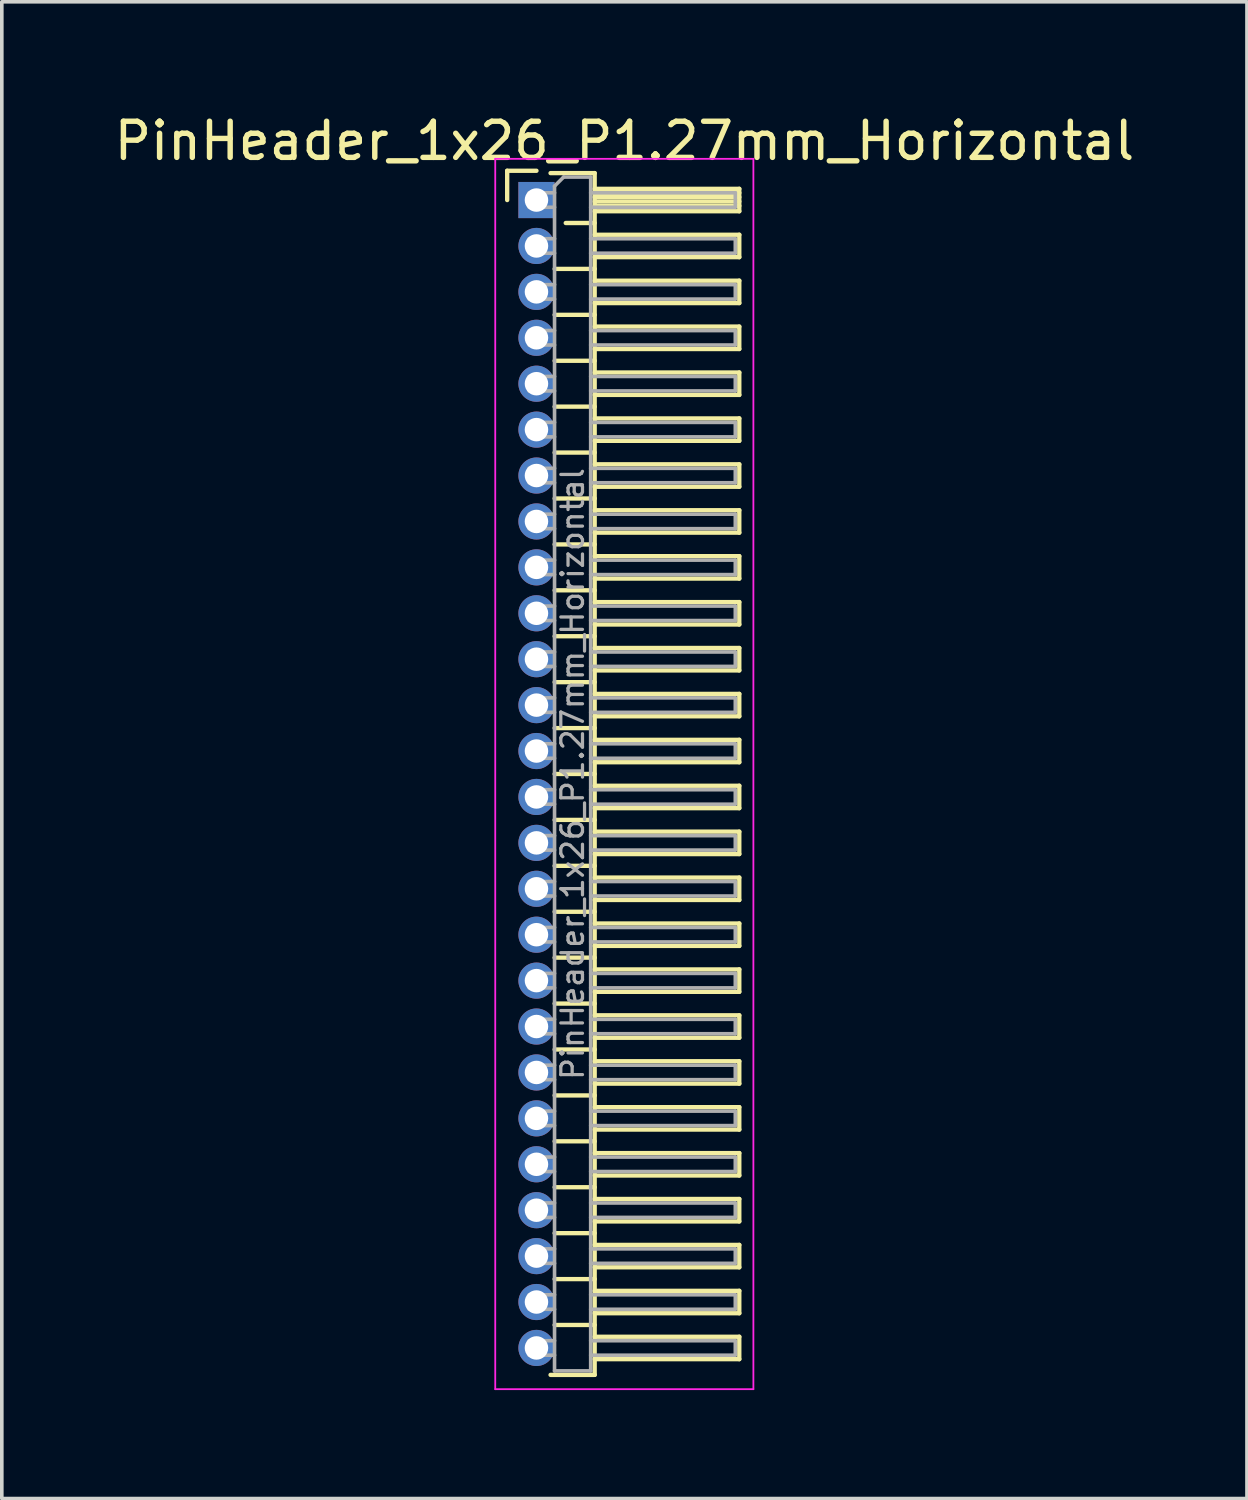
<source format=kicad_pcb>
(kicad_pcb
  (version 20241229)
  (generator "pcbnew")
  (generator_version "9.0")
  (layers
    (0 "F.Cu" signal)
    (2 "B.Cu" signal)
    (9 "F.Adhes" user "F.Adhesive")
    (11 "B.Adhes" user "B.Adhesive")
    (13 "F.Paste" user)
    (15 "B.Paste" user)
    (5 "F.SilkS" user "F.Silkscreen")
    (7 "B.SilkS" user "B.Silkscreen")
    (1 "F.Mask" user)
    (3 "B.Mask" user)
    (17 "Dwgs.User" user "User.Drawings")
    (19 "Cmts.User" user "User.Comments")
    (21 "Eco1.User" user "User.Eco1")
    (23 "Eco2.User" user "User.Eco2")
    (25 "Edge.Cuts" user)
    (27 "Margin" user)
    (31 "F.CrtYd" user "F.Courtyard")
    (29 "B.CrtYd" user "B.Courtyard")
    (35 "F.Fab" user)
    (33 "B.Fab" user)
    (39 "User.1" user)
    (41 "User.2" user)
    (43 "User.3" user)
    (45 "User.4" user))
  (footprint "PinHeader_1x26_P1.27mm_Horizontal"
    (layer "F.Cu")
    (at 11.788 2.483)
    (property "Reference" "PinHeader_1x26_P1.27mm_Horizontal" (at 2.433 -1.635 0) (layer "F.SilkS") (effects (font (size 1 1) (thickness 0.15))))
    (attr through_hole)
    (fp_line (start -0.81 -0.81) (end 0 -0.81) (stroke (width 0.12) (type solid)) (layer "F.SilkS"))
    (fp_line (start -0.81 0) (end -0.81 -0.81) (stroke (width 0.12) (type solid)) (layer "F.SilkS"))
    (fp_line (start 0.39 -0.745) (end 1.61 -0.745) (stroke (width 0.12) (type solid)) (layer "F.SilkS"))
    (fp_line (start 0.503 1.905) (end 1.61 1.905) (stroke (width 0.12) (type solid)) (layer "F.SilkS"))
    (fp_line (start 0.503 3.175) (end 1.61 3.175) (stroke (width 0.12) (type solid)) (layer "F.SilkS"))
    (fp_line (start 0.503 4.445) (end 1.61 4.445) (stroke (width 0.12) (type solid)) (layer "F.SilkS"))
    (fp_line (start 0.503 5.715) (end 1.61 5.715) (stroke (width 0.12) (type solid)) (layer "F.SilkS"))
    (fp_line (start 0.503 6.985) (end 1.61 6.985) (stroke (width 0.12) (type solid)) (layer "F.SilkS"))
    (fp_line (start 0.503 8.255) (end 1.61 8.255) (stroke (width 0.12) (type solid)) (layer "F.SilkS"))
    (fp_line (start 0.503 9.525) (end 1.61 9.525) (stroke (width 0.12) (type solid)) (layer "F.SilkS"))
    (fp_line (start 0.503 10.795) (end 1.61 10.795) (stroke (width 0.12) (type solid)) (layer "F.SilkS"))
    (fp_line (start 0.503 12.065) (end 1.61 12.065) (stroke (width 0.12) (type solid)) (layer "F.SilkS"))
    (fp_line (start 0.503 13.335) (end 1.61 13.335) (stroke (width 0.12) (type solid)) (layer "F.SilkS"))
    (fp_line (start 0.503 14.605) (end 1.61 14.605) (stroke (width 0.12) (type solid)) (layer "F.SilkS"))
    (fp_line (start 0.503 15.875) (end 1.61 15.875) (stroke (width 0.12) (type solid)) (layer "F.SilkS"))
    (fp_line (start 0.503 17.145) (end 1.61 17.145) (stroke (width 0.12) (type solid)) (layer "F.SilkS"))
    (fp_line (start 0.503 18.415) (end 1.61 18.415) (stroke (width 0.12) (type solid)) (layer "F.SilkS"))
    (fp_line (start 0.503 19.685) (end 1.61 19.685) (stroke (width 0.12) (type solid)) (layer "F.SilkS"))
    (fp_line (start 0.503 20.955) (end 1.61 20.955) (stroke (width 0.12) (type solid)) (layer "F.SilkS"))
    (fp_line (start 0.503 22.225) (end 1.61 22.225) (stroke (width 0.12) (type solid)) (layer "F.SilkS"))
    (fp_line (start 0.503 23.495) (end 1.61 23.495) (stroke (width 0.12) (type solid)) (layer "F.SilkS"))
    (fp_line (start 0.503 24.765) (end 1.61 24.765) (stroke (width 0.12) (type solid)) (layer "F.SilkS"))
    (fp_line (start 0.503 26.035) (end 1.61 26.035) (stroke (width 0.12) (type solid)) (layer "F.SilkS"))
    (fp_line (start 0.503 27.305) (end 1.61 27.305) (stroke (width 0.12) (type solid)) (layer "F.SilkS"))
    (fp_line (start 0.503 28.575) (end 1.61 28.575) (stroke (width 0.12) (type solid)) (layer "F.SilkS"))
    (fp_line (start 0.503 29.845) (end 1.61 29.845) (stroke (width 0.12) (type solid)) (layer "F.SilkS"))
    (fp_line (start 0.503 31.115) (end 1.61 31.115) (stroke (width 0.12) (type solid)) (layer "F.SilkS"))
    (fp_line (start 0.81 0.635) (end 1.61 0.635) (stroke (width 0.12) (type solid)) (layer "F.SilkS"))
    (fp_line (start 1.61 -0.745) (end 1.61 32.495) (stroke (width 0.12) (type solid)) (layer "F.SilkS"))
    (fp_line (start 1.61 -0.31) (end 5.61 -0.31) (stroke (width 0.12) (type solid)) (layer "F.SilkS"))
    (fp_line (start 1.61 -0.2) (end 5.61 -0.2) (stroke (width 0.12) (type solid)) (layer "F.SilkS"))
    (fp_line (start 1.61 -0.08) (end 5.61 -0.08) (stroke (width 0.12) (type solid)) (layer "F.SilkS"))
    (fp_line (start 1.61 0.04) (end 5.61 0.04) (stroke (width 0.12) (type solid)) (layer "F.SilkS"))
    (fp_line (start 1.61 0.16) (end 5.61 0.16) (stroke (width 0.12) (type solid)) (layer "F.SilkS"))
    (fp_line (start 1.61 0.96) (end 5.61 0.96) (stroke (width 0.12) (type solid)) (layer "F.SilkS"))
    (fp_line (start 1.61 2.23) (end 5.61 2.23) (stroke (width 0.12) (type solid)) (layer "F.SilkS"))
    (fp_line (start 1.61 3.5) (end 5.61 3.5) (stroke (width 0.12) (type solid)) (layer "F.SilkS"))
    (fp_line (start 1.61 4.77) (end 5.61 4.77) (stroke (width 0.12) (type solid)) (layer "F.SilkS"))
    (fp_line (start 1.61 6.04) (end 5.61 6.04) (stroke (width 0.12) (type solid)) (layer "F.SilkS"))
    (fp_line (start 1.61 7.31) (end 5.61 7.31) (stroke (width 0.12) (type solid)) (layer "F.SilkS"))
    (fp_line (start 1.61 8.58) (end 5.61 8.58) (stroke (width 0.12) (type solid)) (layer "F.SilkS"))
    (fp_line (start 1.61 9.85) (end 5.61 9.85) (stroke (width 0.12) (type solid)) (layer "F.SilkS"))
    (fp_line (start 1.61 11.12) (end 5.61 11.12) (stroke (width 0.12) (type solid)) (layer "F.SilkS"))
    (fp_line (start 1.61 12.39) (end 5.61 12.39) (stroke (width 0.12) (type solid)) (layer "F.SilkS"))
    (fp_line (start 1.61 13.66) (end 5.61 13.66) (stroke (width 0.12) (type solid)) (layer "F.SilkS"))
    (fp_line (start 1.61 14.93) (end 5.61 14.93) (stroke (width 0.12) (type solid)) (layer "F.SilkS"))
    (fp_line (start 1.61 16.2) (end 5.61 16.2) (stroke (width 0.12) (type solid)) (layer "F.SilkS"))
    (fp_line (start 1.61 17.47) (end 5.61 17.47) (stroke (width 0.12) (type solid)) (layer "F.SilkS"))
    (fp_line (start 1.61 18.74) (end 5.61 18.74) (stroke (width 0.12) (type solid)) (layer "F.SilkS"))
    (fp_line (start 1.61 20.01) (end 5.61 20.01) (stroke (width 0.12) (type solid)) (layer "F.SilkS"))
    (fp_line (start 1.61 21.28) (end 5.61 21.28) (stroke (width 0.12) (type solid)) (layer "F.SilkS"))
    (fp_line (start 1.61 22.55) (end 5.61 22.55) (stroke (width 0.12) (type solid)) (layer "F.SilkS"))
    (fp_line (start 1.61 23.82) (end 5.61 23.82) (stroke (width 0.12) (type solid)) (layer "F.SilkS"))
    (fp_line (start 1.61 25.09) (end 5.61 25.09) (stroke (width 0.12) (type solid)) (layer "F.SilkS"))
    (fp_line (start 1.61 26.36) (end 5.61 26.36) (stroke (width 0.12) (type solid)) (layer "F.SilkS"))
    (fp_line (start 1.61 27.63) (end 5.61 27.63) (stroke (width 0.12) (type solid)) (layer "F.SilkS"))
    (fp_line (start 1.61 28.9) (end 5.61 28.9) (stroke (width 0.12) (type solid)) (layer "F.SilkS"))
    (fp_line (start 1.61 30.17) (end 5.61 30.17) (stroke (width 0.12) (type solid)) (layer "F.SilkS"))
    (fp_line (start 1.61 31.44) (end 5.61 31.44) (stroke (width 0.12) (type solid)) (layer "F.SilkS"))
    (fp_line (start 1.61 32.495) (end 0.39 32.495) (stroke (width 0.12) (type solid)) (layer "F.SilkS"))
    (fp_line (start 5.61 -0.31) (end 5.61 0.31) (stroke (width 0.12) (type solid)) (layer "F.SilkS"))
    (fp_line (start 5.61 0.31) (end 1.61 0.31) (stroke (width 0.12) (type solid)) (layer "F.SilkS"))
    (fp_line (start 5.61 0.96) (end 5.61 1.58) (stroke (width 0.12) (type solid)) (layer "F.SilkS"))
    (fp_line (start 5.61 1.58) (end 1.61 1.58) (stroke (width 0.12) (type solid)) (layer "F.SilkS"))
    (fp_line (start 5.61 2.23) (end 5.61 2.85) (stroke (width 0.12) (type solid)) (layer "F.SilkS"))
    (fp_line (start 5.61 2.85) (end 1.61 2.85) (stroke (width 0.12) (type solid)) (layer "F.SilkS"))
    (fp_line (start 5.61 3.5) (end 5.61 4.12) (stroke (width 0.12) (type solid)) (layer "F.SilkS"))
    (fp_line (start 5.61 4.12) (end 1.61 4.12) (stroke (width 0.12) (type solid)) (layer "F.SilkS"))
    (fp_line (start 5.61 4.77) (end 5.61 5.39) (stroke (width 0.12) (type solid)) (layer "F.SilkS"))
    (fp_line (start 5.61 5.39) (end 1.61 5.39) (stroke (width 0.12) (type solid)) (layer "F.SilkS"))
    (fp_line (start 5.61 6.04) (end 5.61 6.66) (stroke (width 0.12) (type solid)) (layer "F.SilkS"))
    (fp_line (start 5.61 6.66) (end 1.61 6.66) (stroke (width 0.12) (type solid)) (layer "F.SilkS"))
    (fp_line (start 5.61 7.31) (end 5.61 7.93) (stroke (width 0.12) (type solid)) (layer "F.SilkS"))
    (fp_line (start 5.61 7.93) (end 1.61 7.93) (stroke (width 0.12) (type solid)) (layer "F.SilkS"))
    (fp_line (start 5.61 8.58) (end 5.61 9.2) (stroke (width 0.12) (type solid)) (layer "F.SilkS"))
    (fp_line (start 5.61 9.2) (end 1.61 9.2) (stroke (width 0.12) (type solid)) (layer "F.SilkS"))
    (fp_line (start 5.61 9.85) (end 5.61 10.47) (stroke (width 0.12) (type solid)) (layer "F.SilkS"))
    (fp_line (start 5.61 10.47) (end 1.61 10.47) (stroke (width 0.12) (type solid)) (layer "F.SilkS"))
    (fp_line (start 5.61 11.12) (end 5.61 11.74) (stroke (width 0.12) (type solid)) (layer "F.SilkS"))
    (fp_line (start 5.61 11.74) (end 1.61 11.74) (stroke (width 0.12) (type solid)) (layer "F.SilkS"))
    (fp_line (start 5.61 12.39) (end 5.61 13.01) (stroke (width 0.12) (type solid)) (layer "F.SilkS"))
    (fp_line (start 5.61 13.01) (end 1.61 13.01) (stroke (width 0.12) (type solid)) (layer "F.SilkS"))
    (fp_line (start 5.61 13.66) (end 5.61 14.28) (stroke (width 0.12) (type solid)) (layer "F.SilkS"))
    (fp_line (start 5.61 14.28) (end 1.61 14.28) (stroke (width 0.12) (type solid)) (layer "F.SilkS"))
    (fp_line (start 5.61 14.93) (end 5.61 15.55) (stroke (width 0.12) (type solid)) (layer "F.SilkS"))
    (fp_line (start 5.61 15.55) (end 1.61 15.55) (stroke (width 0.12) (type solid)) (layer "F.SilkS"))
    (fp_line (start 5.61 16.2) (end 5.61 16.82) (stroke (width 0.12) (type solid)) (layer "F.SilkS"))
    (fp_line (start 5.61 16.82) (end 1.61 16.82) (stroke (width 0.12) (type solid)) (layer "F.SilkS"))
    (fp_line (start 5.61 17.47) (end 5.61 18.09) (stroke (width 0.12) (type solid)) (layer "F.SilkS"))
    (fp_line (start 5.61 18.09) (end 1.61 18.09) (stroke (width 0.12) (type solid)) (layer "F.SilkS"))
    (fp_line (start 5.61 18.74) (end 5.61 19.36) (stroke (width 0.12) (type solid)) (layer "F.SilkS"))
    (fp_line (start 5.61 19.36) (end 1.61 19.36) (stroke (width 0.12) (type solid)) (layer "F.SilkS"))
    (fp_line (start 5.61 20.01) (end 5.61 20.63) (stroke (width 0.12) (type solid)) (layer "F.SilkS"))
    (fp_line (start 5.61 20.63) (end 1.61 20.63) (stroke (width 0.12) (type solid)) (layer "F.SilkS"))
    (fp_line (start 5.61 21.28) (end 5.61 21.9) (stroke (width 0.12) (type solid)) (layer "F.SilkS"))
    (fp_line (start 5.61 21.9) (end 1.61 21.9) (stroke (width 0.12) (type solid)) (layer "F.SilkS"))
    (fp_line (start 5.61 22.55) (end 5.61 23.17) (stroke (width 0.12) (type solid)) (layer "F.SilkS"))
    (fp_line (start 5.61 23.17) (end 1.61 23.17) (stroke (width 0.12) (type solid)) (layer "F.SilkS"))
    (fp_line (start 5.61 23.82) (end 5.61 24.44) (stroke (width 0.12) (type solid)) (layer "F.SilkS"))
    (fp_line (start 5.61 24.44) (end 1.61 24.44) (stroke (width 0.12) (type solid)) (layer "F.SilkS"))
    (fp_line (start 5.61 25.09) (end 5.61 25.71) (stroke (width 0.12) (type solid)) (layer "F.SilkS"))
    (fp_line (start 5.61 25.71) (end 1.61 25.71) (stroke (width 0.12) (type solid)) (layer "F.SilkS"))
    (fp_line (start 5.61 26.36) (end 5.61 26.98) (stroke (width 0.12) (type solid)) (layer "F.SilkS"))
    (fp_line (start 5.61 26.98) (end 1.61 26.98) (stroke (width 0.12) (type solid)) (layer "F.SilkS"))
    (fp_line (start 5.61 27.63) (end 5.61 28.25) (stroke (width 0.12) (type solid)) (layer "F.SilkS"))
    (fp_line (start 5.61 28.25) (end 1.61 28.25) (stroke (width 0.12) (type solid)) (layer "F.SilkS"))
    (fp_line (start 5.61 28.9) (end 5.61 29.52) (stroke (width 0.12) (type solid)) (layer "F.SilkS"))
    (fp_line (start 5.61 29.52) (end 1.61 29.52) (stroke (width 0.12) (type solid)) (layer "F.SilkS"))
    (fp_line (start 5.61 30.17) (end 5.61 30.79) (stroke (width 0.12) (type solid)) (layer "F.SilkS"))
    (fp_line (start 5.61 30.79) (end 1.61 30.79) (stroke (width 0.12) (type solid)) (layer "F.SilkS"))
    (fp_line (start 5.61 31.44) (end 5.61 32.06) (stroke (width 0.12) (type solid)) (layer "F.SilkS"))
    (fp_line (start 5.61 32.06) (end 1.61 32.06) (stroke (width 0.12) (type solid)) (layer "F.SilkS"))
    (fp_line (start -1.14 -1.14) (end -1.14 32.89) (stroke (width 0.05) (type solid)) (layer "F.CrtYd"))
    (fp_line (start -1.14 32.89) (end 6 32.89) (stroke (width 0.05) (type solid)) (layer "F.CrtYd"))
    (fp_line (start 6 -1.14) (end -1.14 -1.14) (stroke (width 0.05) (type solid)) (layer "F.CrtYd"))
    (fp_line (start 6 32.89) (end 6 -1.14) (stroke (width 0.05) (type solid)) (layer "F.CrtYd"))
    (fp_line (start -0.2 -0.2) (end -0.2 0.2) (stroke (width 0.1) (type solid)) (layer "F.Fab"))
    (fp_line (start -0.2 -0.2) (end 0.5 -0.2) (stroke (width 0.1) (type solid)) (layer "F.Fab"))
    (fp_line (start -0.2 0.2) (end 0.5 0.2) (stroke (width 0.1) (type solid)) (layer "F.Fab"))
    (fp_line (start -0.2 1.07) (end -0.2 1.47) (stroke (width 0.1) (type solid)) (layer "F.Fab"))
    (fp_line (start -0.2 1.07) (end 0.5 1.07) (stroke (width 0.1) (type solid)) (layer "F.Fab"))
    (fp_line (start -0.2 1.47) (end 0.5 1.47) (stroke (width 0.1) (type solid)) (layer "F.Fab"))
    (fp_line (start -0.2 2.34) (end -0.2 2.74) (stroke (width 0.1) (type solid)) (layer "F.Fab"))
    (fp_line (start -0.2 2.34) (end 0.5 2.34) (stroke (width 0.1) (type solid)) (layer "F.Fab"))
    (fp_line (start -0.2 2.74) (end 0.5 2.74) (stroke (width 0.1) (type solid)) (layer "F.Fab"))
    (fp_line (start -0.2 3.61) (end -0.2 4.01) (stroke (width 0.1) (type solid)) (layer "F.Fab"))
    (fp_line (start -0.2 3.61) (end 0.5 3.61) (stroke (width 0.1) (type solid)) (layer "F.Fab"))
    (fp_line (start -0.2 4.01) (end 0.5 4.01) (stroke (width 0.1) (type solid)) (layer "F.Fab"))
    (fp_line (start -0.2 4.88) (end -0.2 5.28) (stroke (width 0.1) (type solid)) (layer "F.Fab"))
    (fp_line (start -0.2 4.88) (end 0.5 4.88) (stroke (width 0.1) (type solid)) (layer "F.Fab"))
    (fp_line (start -0.2 5.28) (end 0.5 5.28) (stroke (width 0.1) (type solid)) (layer "F.Fab"))
    (fp_line (start -0.2 6.15) (end -0.2 6.55) (stroke (width 0.1) (type solid)) (layer "F.Fab"))
    (fp_line (start -0.2 6.15) (end 0.5 6.15) (stroke (width 0.1) (type solid)) (layer "F.Fab"))
    (fp_line (start -0.2 6.55) (end 0.5 6.55) (stroke (width 0.1) (type solid)) (layer "F.Fab"))
    (fp_line (start -0.2 7.42) (end -0.2 7.82) (stroke (width 0.1) (type solid)) (layer "F.Fab"))
    (fp_line (start -0.2 7.42) (end 0.5 7.42) (stroke (width 0.1) (type solid)) (layer "F.Fab"))
    (fp_line (start -0.2 7.82) (end 0.5 7.82) (stroke (width 0.1) (type solid)) (layer "F.Fab"))
    (fp_line (start -0.2 8.69) (end -0.2 9.09) (stroke (width 0.1) (type solid)) (layer "F.Fab"))
    (fp_line (start -0.2 8.69) (end 0.5 8.69) (stroke (width 0.1) (type solid)) (layer "F.Fab"))
    (fp_line (start -0.2 9.09) (end 0.5 9.09) (stroke (width 0.1) (type solid)) (layer "F.Fab"))
    (fp_line (start -0.2 9.96) (end -0.2 10.36) (stroke (width 0.1) (type solid)) (layer "F.Fab"))
    (fp_line (start -0.2 9.96) (end 0.5 9.96) (stroke (width 0.1) (type solid)) (layer "F.Fab"))
    (fp_line (start -0.2 10.36) (end 0.5 10.36) (stroke (width 0.1) (type solid)) (layer "F.Fab"))
    (fp_line (start -0.2 11.23) (end -0.2 11.63) (stroke (width 0.1) (type solid)) (layer "F.Fab"))
    (fp_line (start -0.2 11.23) (end 0.5 11.23) (stroke (width 0.1) (type solid)) (layer "F.Fab"))
    (fp_line (start -0.2 11.63) (end 0.5 11.63) (stroke (width 0.1) (type solid)) (layer "F.Fab"))
    (fp_line (start -0.2 12.5) (end -0.2 12.9) (stroke (width 0.1) (type solid)) (layer "F.Fab"))
    (fp_line (start -0.2 12.5) (end 0.5 12.5) (stroke (width 0.1) (type solid)) (layer "F.Fab"))
    (fp_line (start -0.2 12.9) (end 0.5 12.9) (stroke (width 0.1) (type solid)) (layer "F.Fab"))
    (fp_line (start -0.2 13.77) (end -0.2 14.17) (stroke (width 0.1) (type solid)) (layer "F.Fab"))
    (fp_line (start -0.2 13.77) (end 0.5 13.77) (stroke (width 0.1) (type solid)) (layer "F.Fab"))
    (fp_line (start -0.2 14.17) (end 0.5 14.17) (stroke (width 0.1) (type solid)) (layer "F.Fab"))
    (fp_line (start -0.2 15.04) (end -0.2 15.44) (stroke (width 0.1) (type solid)) (layer "F.Fab"))
    (fp_line (start -0.2 15.04) (end 0.5 15.04) (stroke (width 0.1) (type solid)) (layer "F.Fab"))
    (fp_line (start -0.2 15.44) (end 0.5 15.44) (stroke (width 0.1) (type solid)) (layer "F.Fab"))
    (fp_line (start -0.2 16.31) (end -0.2 16.71) (stroke (width 0.1) (type solid)) (layer "F.Fab"))
    (fp_line (start -0.2 16.31) (end 0.5 16.31) (stroke (width 0.1) (type solid)) (layer "F.Fab"))
    (fp_line (start -0.2 16.71) (end 0.5 16.71) (stroke (width 0.1) (type solid)) (layer "F.Fab"))
    (fp_line (start -0.2 17.58) (end -0.2 17.98) (stroke (width 0.1) (type solid)) (layer "F.Fab"))
    (fp_line (start -0.2 17.58) (end 0.5 17.58) (stroke (width 0.1) (type solid)) (layer "F.Fab"))
    (fp_line (start -0.2 17.98) (end 0.5 17.98) (stroke (width 0.1) (type solid)) (layer "F.Fab"))
    (fp_line (start -0.2 18.85) (end -0.2 19.25) (stroke (width 0.1) (type solid)) (layer "F.Fab"))
    (fp_line (start -0.2 18.85) (end 0.5 18.85) (stroke (width 0.1) (type solid)) (layer "F.Fab"))
    (fp_line (start -0.2 19.25) (end 0.5 19.25) (stroke (width 0.1) (type solid)) (layer "F.Fab"))
    (fp_line (start -0.2 20.12) (end -0.2 20.52) (stroke (width 0.1) (type solid)) (layer "F.Fab"))
    (fp_line (start -0.2 20.12) (end 0.5 20.12) (stroke (width 0.1) (type solid)) (layer "F.Fab"))
    (fp_line (start -0.2 20.52) (end 0.5 20.52) (stroke (width 0.1) (type solid)) (layer "F.Fab"))
    (fp_line (start -0.2 21.39) (end -0.2 21.79) (stroke (width 0.1) (type solid)) (layer "F.Fab"))
    (fp_line (start -0.2 21.39) (end 0.5 21.39) (stroke (width 0.1) (type solid)) (layer "F.Fab"))
    (fp_line (start -0.2 21.79) (end 0.5 21.79) (stroke (width 0.1) (type solid)) (layer "F.Fab"))
    (fp_line (start -0.2 22.66) (end -0.2 23.06) (stroke (width 0.1) (type solid)) (layer "F.Fab"))
    (fp_line (start -0.2 22.66) (end 0.5 22.66) (stroke (width 0.1) (type solid)) (layer "F.Fab"))
    (fp_line (start -0.2 23.06) (end 0.5 23.06) (stroke (width 0.1) (type solid)) (layer "F.Fab"))
    (fp_line (start -0.2 23.93) (end -0.2 24.33) (stroke (width 0.1) (type solid)) (layer "F.Fab"))
    (fp_line (start -0.2 23.93) (end 0.5 23.93) (stroke (width 0.1) (type solid)) (layer "F.Fab"))
    (fp_line (start -0.2 24.33) (end 0.5 24.33) (stroke (width 0.1) (type solid)) (layer "F.Fab"))
    (fp_line (start -0.2 25.2) (end -0.2 25.6) (stroke (width 0.1) (type solid)) (layer "F.Fab"))
    (fp_line (start -0.2 25.2) (end 0.5 25.2) (stroke (width 0.1) (type solid)) (layer "F.Fab"))
    (fp_line (start -0.2 25.6) (end 0.5 25.6) (stroke (width 0.1) (type solid)) (layer "F.Fab"))
    (fp_line (start -0.2 26.47) (end -0.2 26.87) (stroke (width 0.1) (type solid)) (layer "F.Fab"))
    (fp_line (start -0.2 26.47) (end 0.5 26.47) (stroke (width 0.1) (type solid)) (layer "F.Fab"))
    (fp_line (start -0.2 26.87) (end 0.5 26.87) (stroke (width 0.1) (type solid)) (layer "F.Fab"))
    (fp_line (start -0.2 27.74) (end -0.2 28.14) (stroke (width 0.1) (type solid)) (layer "F.Fab"))
    (fp_line (start -0.2 27.74) (end 0.5 27.74) (stroke (width 0.1) (type solid)) (layer "F.Fab"))
    (fp_line (start -0.2 28.14) (end 0.5 28.14) (stroke (width 0.1) (type solid)) (layer "F.Fab"))
    (fp_line (start -0.2 29.01) (end -0.2 29.41) (stroke (width 0.1) (type solid)) (layer "F.Fab"))
    (fp_line (start -0.2 29.01) (end 0.5 29.01) (stroke (width 0.1) (type solid)) (layer "F.Fab"))
    (fp_line (start -0.2 29.41) (end 0.5 29.41) (stroke (width 0.1) (type solid)) (layer "F.Fab"))
    (fp_line (start -0.2 30.28) (end -0.2 30.68) (stroke (width 0.1) (type solid)) (layer "F.Fab"))
    (fp_line (start -0.2 30.28) (end 0.5 30.28) (stroke (width 0.1) (type solid)) (layer "F.Fab"))
    (fp_line (start -0.2 30.68) (end 0.5 30.68) (stroke (width 0.1) (type solid)) (layer "F.Fab"))
    (fp_line (start -0.2 31.55) (end -0.2 31.95) (stroke (width 0.1) (type solid)) (layer "F.Fab"))
    (fp_line (start -0.2 31.55) (end 0.5 31.55) (stroke (width 0.1) (type solid)) (layer "F.Fab"))
    (fp_line (start -0.2 31.95) (end 0.5 31.95) (stroke (width 0.1) (type solid)) (layer "F.Fab"))
    (fp_line (start 0.5 -0.385) (end 0.75 -0.635) (stroke (width 0.1) (type solid)) (layer "F.Fab"))
    (fp_line (start 0.5 32.385) (end 0.5 -0.385) (stroke (width 0.1) (type solid)) (layer "F.Fab"))
    (fp_line (start 0.75 -0.635) (end 1.5 -0.635) (stroke (width 0.1) (type solid)) (layer "F.Fab"))
    (fp_line (start 1.5 -0.635) (end 1.5 32.385) (stroke (width 0.1) (type solid)) (layer "F.Fab"))
    (fp_line (start 1.5 -0.2) (end 5.5 -0.2) (stroke (width 0.1) (type solid)) (layer "F.Fab"))
    (fp_line (start 1.5 0.2) (end 5.5 0.2) (stroke (width 0.1) (type solid)) (layer "F.Fab"))
    (fp_line (start 1.5 1.07) (end 5.5 1.07) (stroke (width 0.1) (type solid)) (layer "F.Fab"))
    (fp_line (start 1.5 1.47) (end 5.5 1.47) (stroke (width 0.1) (type solid)) (layer "F.Fab"))
    (fp_line (start 1.5 2.34) (end 5.5 2.34) (stroke (width 0.1) (type solid)) (layer "F.Fab"))
    (fp_line (start 1.5 2.74) (end 5.5 2.74) (stroke (width 0.1) (type solid)) (layer "F.Fab"))
    (fp_line (start 1.5 3.61) (end 5.5 3.61) (stroke (width 0.1) (type solid)) (layer "F.Fab"))
    (fp_line (start 1.5 4.01) (end 5.5 4.01) (stroke (width 0.1) (type solid)) (layer "F.Fab"))
    (fp_line (start 1.5 4.88) (end 5.5 4.88) (stroke (width 0.1) (type solid)) (layer "F.Fab"))
    (fp_line (start 1.5 5.28) (end 5.5 5.28) (stroke (width 0.1) (type solid)) (layer "F.Fab"))
    (fp_line (start 1.5 6.15) (end 5.5 6.15) (stroke (width 0.1) (type solid)) (layer "F.Fab"))
    (fp_line (start 1.5 6.55) (end 5.5 6.55) (stroke (width 0.1) (type solid)) (layer "F.Fab"))
    (fp_line (start 1.5 7.42) (end 5.5 7.42) (stroke (width 0.1) (type solid)) (layer "F.Fab"))
    (fp_line (start 1.5 7.82) (end 5.5 7.82) (stroke (width 0.1) (type solid)) (layer "F.Fab"))
    (fp_line (start 1.5 8.69) (end 5.5 8.69) (stroke (width 0.1) (type solid)) (layer "F.Fab"))
    (fp_line (start 1.5 9.09) (end 5.5 9.09) (stroke (width 0.1) (type solid)) (layer "F.Fab"))
    (fp_line (start 1.5 9.96) (end 5.5 9.96) (stroke (width 0.1) (type solid)) (layer "F.Fab"))
    (fp_line (start 1.5 10.36) (end 5.5 10.36) (stroke (width 0.1) (type solid)) (layer "F.Fab"))
    (fp_line (start 1.5 11.23) (end 5.5 11.23) (stroke (width 0.1) (type solid)) (layer "F.Fab"))
    (fp_line (start 1.5 11.63) (end 5.5 11.63) (stroke (width 0.1) (type solid)) (layer "F.Fab"))
    (fp_line (start 1.5 12.5) (end 5.5 12.5) (stroke (width 0.1) (type solid)) (layer "F.Fab"))
    (fp_line (start 1.5 12.9) (end 5.5 12.9) (stroke (width 0.1) (type solid)) (layer "F.Fab"))
    (fp_line (start 1.5 13.77) (end 5.5 13.77) (stroke (width 0.1) (type solid)) (layer "F.Fab"))
    (fp_line (start 1.5 14.17) (end 5.5 14.17) (stroke (width 0.1) (type solid)) (layer "F.Fab"))
    (fp_line (start 1.5 15.04) (end 5.5 15.04) (stroke (width 0.1) (type solid)) (layer "F.Fab"))
    (fp_line (start 1.5 15.44) (end 5.5 15.44) (stroke (width 0.1) (type solid)) (layer "F.Fab"))
    (fp_line (start 1.5 16.31) (end 5.5 16.31) (stroke (width 0.1) (type solid)) (layer "F.Fab"))
    (fp_line (start 1.5 16.71) (end 5.5 16.71) (stroke (width 0.1) (type solid)) (layer "F.Fab"))
    (fp_line (start 1.5 17.58) (end 5.5 17.58) (stroke (width 0.1) (type solid)) (layer "F.Fab"))
    (fp_line (start 1.5 17.98) (end 5.5 17.98) (stroke (width 0.1) (type solid)) (layer "F.Fab"))
    (fp_line (start 1.5 18.85) (end 5.5 18.85) (stroke (width 0.1) (type solid)) (layer "F.Fab"))
    (fp_line (start 1.5 19.25) (end 5.5 19.25) (stroke (width 0.1) (type solid)) (layer "F.Fab"))
    (fp_line (start 1.5 20.12) (end 5.5 20.12) (stroke (width 0.1) (type solid)) (layer "F.Fab"))
    (fp_line (start 1.5 20.52) (end 5.5 20.52) (stroke (width 0.1) (type solid)) (layer "F.Fab"))
    (fp_line (start 1.5 21.39) (end 5.5 21.39) (stroke (width 0.1) (type solid)) (layer "F.Fab"))
    (fp_line (start 1.5 21.79) (end 5.5 21.79) (stroke (width 0.1) (type solid)) (layer "F.Fab"))
    (fp_line (start 1.5 22.66) (end 5.5 22.66) (stroke (width 0.1) (type solid)) (layer "F.Fab"))
    (fp_line (start 1.5 23.06) (end 5.5 23.06) (stroke (width 0.1) (type solid)) (layer "F.Fab"))
    (fp_line (start 1.5 23.93) (end 5.5 23.93) (stroke (width 0.1) (type solid)) (layer "F.Fab"))
    (fp_line (start 1.5 24.33) (end 5.5 24.33) (stroke (width 0.1) (type solid)) (layer "F.Fab"))
    (fp_line (start 1.5 25.2) (end 5.5 25.2) (stroke (width 0.1) (type solid)) (layer "F.Fab"))
    (fp_line (start 1.5 25.6) (end 5.5 25.6) (stroke (width 0.1) (type solid)) (layer "F.Fab"))
    (fp_line (start 1.5 26.47) (end 5.5 26.47) (stroke (width 0.1) (type solid)) (layer "F.Fab"))
    (fp_line (start 1.5 26.87) (end 5.5 26.87) (stroke (width 0.1) (type solid)) (layer "F.Fab"))
    (fp_line (start 1.5 27.74) (end 5.5 27.74) (stroke (width 0.1) (type solid)) (layer "F.Fab"))
    (fp_line (start 1.5 28.14) (end 5.5 28.14) (stroke (width 0.1) (type solid)) (layer "F.Fab"))
    (fp_line (start 1.5 29.01) (end 5.5 29.01) (stroke (width 0.1) (type solid)) (layer "F.Fab"))
    (fp_line (start 1.5 29.41) (end 5.5 29.41) (stroke (width 0.1) (type solid)) (layer "F.Fab"))
    (fp_line (start 1.5 30.28) (end 5.5 30.28) (stroke (width 0.1) (type solid)) (layer "F.Fab"))
    (fp_line (start 1.5 30.68) (end 5.5 30.68) (stroke (width 0.1) (type solid)) (layer "F.Fab"))
    (fp_line (start 1.5 31.55) (end 5.5 31.55) (stroke (width 0.1) (type solid)) (layer "F.Fab"))
    (fp_line (start 1.5 31.95) (end 5.5 31.95) (stroke (width 0.1) (type solid)) (layer "F.Fab"))
    (fp_line (start 1.5 32.385) (end 0.5 32.385) (stroke (width 0.1) (type solid)) (layer "F.Fab"))
    (fp_line (start 5.5 -0.2) (end 5.5 0.2) (stroke (width 0.1) (type solid)) (layer "F.Fab"))
    (fp_line (start 5.5 1.07) (end 5.5 1.47) (stroke (width 0.1) (type solid)) (layer "F.Fab"))
    (fp_line (start 5.5 2.34) (end 5.5 2.74) (stroke (width 0.1) (type solid)) (layer "F.Fab"))
    (fp_line (start 5.5 3.61) (end 5.5 4.01) (stroke (width 0.1) (type solid)) (layer "F.Fab"))
    (fp_line (start 5.5 4.88) (end 5.5 5.28) (stroke (width 0.1) (type solid)) (layer "F.Fab"))
    (fp_line (start 5.5 6.15) (end 5.5 6.55) (stroke (width 0.1) (type solid)) (layer "F.Fab"))
    (fp_line (start 5.5 7.42) (end 5.5 7.82) (stroke (width 0.1) (type solid)) (layer "F.Fab"))
    (fp_line (start 5.5 8.69) (end 5.5 9.09) (stroke (width 0.1) (type solid)) (layer "F.Fab"))
    (fp_line (start 5.5 9.96) (end 5.5 10.36) (stroke (width 0.1) (type solid)) (layer "F.Fab"))
    (fp_line (start 5.5 11.23) (end 5.5 11.63) (stroke (width 0.1) (type solid)) (layer "F.Fab"))
    (fp_line (start 5.5 12.5) (end 5.5 12.9) (stroke (width 0.1) (type solid)) (layer "F.Fab"))
    (fp_line (start 5.5 13.77) (end 5.5 14.17) (stroke (width 0.1) (type solid)) (layer "F.Fab"))
    (fp_line (start 5.5 15.04) (end 5.5 15.44) (stroke (width 0.1) (type solid)) (layer "F.Fab"))
    (fp_line (start 5.5 16.31) (end 5.5 16.71) (stroke (width 0.1) (type solid)) (layer "F.Fab"))
    (fp_line (start 5.5 17.58) (end 5.5 17.98) (stroke (width 0.1) (type solid)) (layer "F.Fab"))
    (fp_line (start 5.5 18.85) (end 5.5 19.25) (stroke (width 0.1) (type solid)) (layer "F.Fab"))
    (fp_line (start 5.5 20.12) (end 5.5 20.52) (stroke (width 0.1) (type solid)) (layer "F.Fab"))
    (fp_line (start 5.5 21.39) (end 5.5 21.79) (stroke (width 0.1) (type solid)) (layer "F.Fab"))
    (fp_line (start 5.5 22.66) (end 5.5 23.06) (stroke (width 0.1) (type solid)) (layer "F.Fab"))
    (fp_line (start 5.5 23.93) (end 5.5 24.33) (stroke (width 0.1) (type solid)) (layer "F.Fab"))
    (fp_line (start 5.5 25.2) (end 5.5 25.6) (stroke (width 0.1) (type solid)) (layer "F.Fab"))
    (fp_line (start 5.5 26.47) (end 5.5 26.87) (stroke (width 0.1) (type solid)) (layer "F.Fab"))
    (fp_line (start 5.5 27.74) (end 5.5 28.14) (stroke (width 0.1) (type solid)) (layer "F.Fab"))
    (fp_line (start 5.5 29.01) (end 5.5 29.41) (stroke (width 0.1) (type solid)) (layer "F.Fab"))
    (fp_line (start 5.5 30.28) (end 5.5 30.68) (stroke (width 0.1) (type solid)) (layer "F.Fab"))
    (fp_line (start 5.5 31.55) (end 5.5 31.95) (stroke (width 0.1) (type solid)) (layer "F.Fab"))
    (fp_text user "${REFERENCE}" (at 1 15.875 90) (layer "F.Fab") (effects (font (size 0.6 0.6) (thickness 0.09))))
    (pad "1" thru_hole rect (at 0 0) (size 1 1) (drill 0.65) (layers "*.Cu" "*.Mask"))
    (pad "2" thru_hole circle (at 0 1.27) (size 1 1) (drill 0.65) (layers "*.Cu" "*.Mask"))
    (pad "3" thru_hole circle (at 0 2.54) (size 1 1) (drill 0.65) (layers "*.Cu" "*.Mask"))
    (pad "4" thru_hole circle (at 0 3.81) (size 1 1) (drill 0.65) (layers "*.Cu" "*.Mask"))
    (pad "5" thru_hole circle (at 0 5.08) (size 1 1) (drill 0.65) (layers "*.Cu" "*.Mask"))
    (pad "6" thru_hole circle (at 0 6.35) (size 1 1) (drill 0.65) (layers "*.Cu" "*.Mask"))
    (pad "7" thru_hole circle (at 0 7.62) (size 1 1) (drill 0.65) (layers "*.Cu" "*.Mask"))
    (pad "8" thru_hole circle (at 0 8.89) (size 1 1) (drill 0.65) (layers "*.Cu" "*.Mask"))
    (pad "9" thru_hole circle (at 0 10.16) (size 1 1) (drill 0.65) (layers "*.Cu" "*.Mask"))
    (pad "10" thru_hole circle (at 0 11.43) (size 1 1) (drill 0.65) (layers "*.Cu" "*.Mask"))
    (pad "11" thru_hole circle (at 0 12.7) (size 1 1) (drill 0.65) (layers "*.Cu" "*.Mask"))
    (pad "12" thru_hole circle (at 0 13.97) (size 1 1) (drill 0.65) (layers "*.Cu" "*.Mask"))
    (pad "13" thru_hole circle (at 0 15.24) (size 1 1) (drill 0.65) (layers "*.Cu" "*.Mask"))
    (pad "14" thru_hole circle (at 0 16.51) (size 1 1) (drill 0.65) (layers "*.Cu" "*.Mask"))
    (pad "15" thru_hole circle (at 0 17.78) (size 1 1) (drill 0.65) (layers "*.Cu" "*.Mask"))
    (pad "16" thru_hole circle (at 0 19.05) (size 1 1) (drill 0.65) (layers "*.Cu" "*.Mask"))
    (pad "17" thru_hole circle (at 0 20.32) (size 1 1) (drill 0.65) (layers "*.Cu" "*.Mask"))
    (pad "18" thru_hole circle (at 0 21.59) (size 1 1) (drill 0.65) (layers "*.Cu" "*.Mask"))
    (pad "19" thru_hole circle (at 0 22.86) (size 1 1) (drill 0.65) (layers "*.Cu" "*.Mask"))
    (pad "20" thru_hole circle (at 0 24.13) (size 1 1) (drill 0.65) (layers "*.Cu" "*.Mask"))
    (pad "21" thru_hole circle (at 0 25.4) (size 1 1) (drill 0.65) (layers "*.Cu" "*.Mask"))
    (pad "22" thru_hole circle (at 0 26.67) (size 1 1) (drill 0.65) (layers "*.Cu" "*.Mask"))
    (pad "23" thru_hole circle (at 0 27.94) (size 1 1) (drill 0.65) (layers "*.Cu" "*.Mask"))
    (pad "24" thru_hole circle (at 0 29.21) (size 1 1) (drill 0.65) (layers "*.Cu" "*.Mask"))
    (pad "25" thru_hole circle (at 0 30.48) (size 1 1) (drill 0.65) (layers "*.Cu" "*.Mask"))
    (pad "26" thru_hole circle (at 0 31.75) (size 1 1) (drill 0.65) (layers "*.Cu" "*.Mask")))
  (gr_rect
    (start -3 -3)
    (end 31.44 38.398)
    (stroke (width 0.1) (type default))
    (fill no)
    (layer "Edge.Cuts")))
</source>
